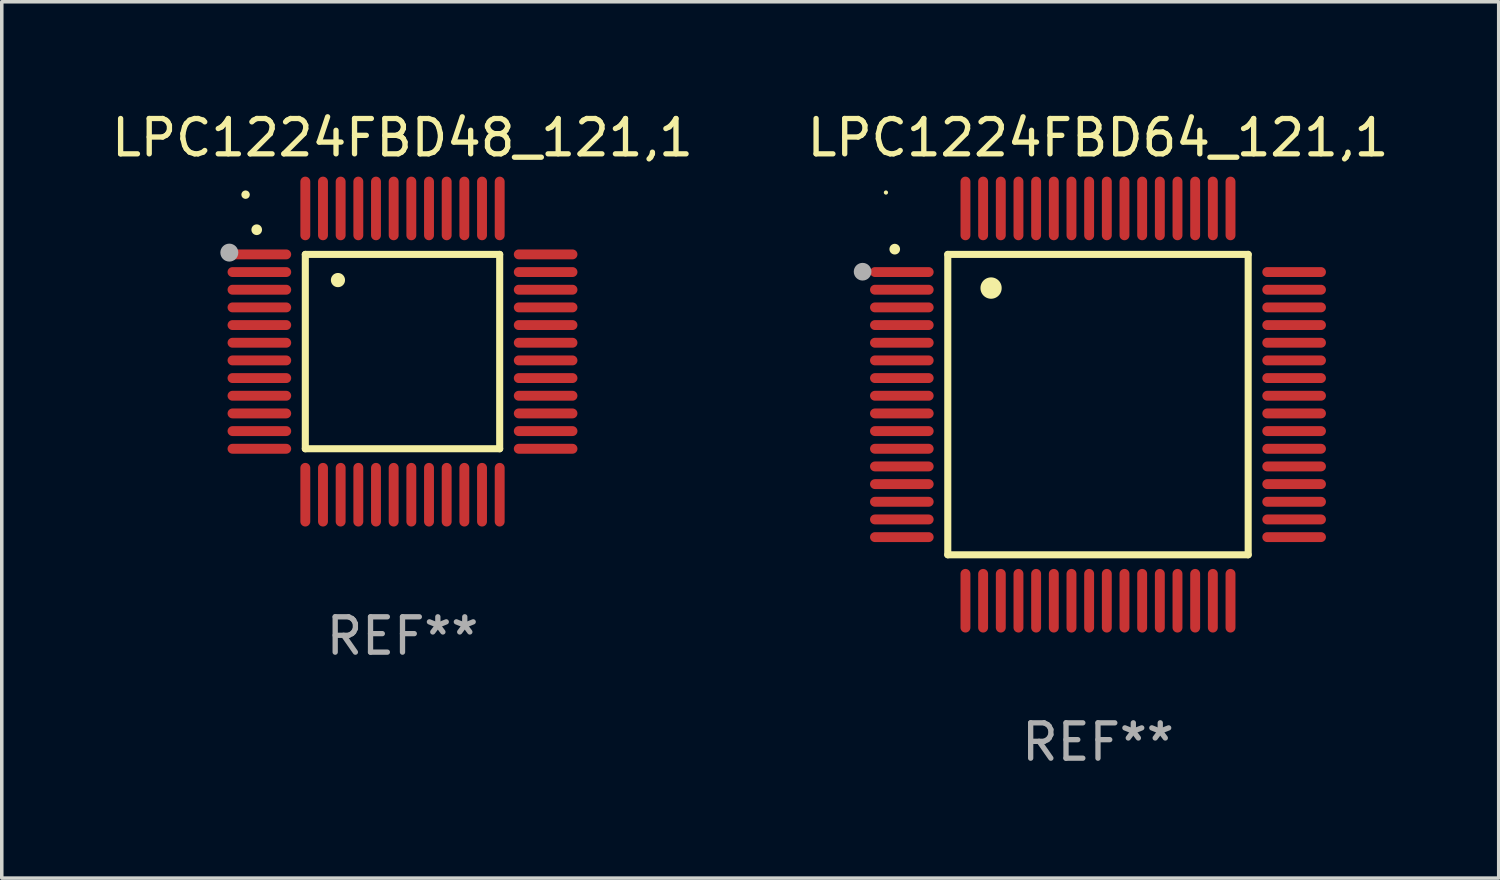
<source format=kicad_pcb>
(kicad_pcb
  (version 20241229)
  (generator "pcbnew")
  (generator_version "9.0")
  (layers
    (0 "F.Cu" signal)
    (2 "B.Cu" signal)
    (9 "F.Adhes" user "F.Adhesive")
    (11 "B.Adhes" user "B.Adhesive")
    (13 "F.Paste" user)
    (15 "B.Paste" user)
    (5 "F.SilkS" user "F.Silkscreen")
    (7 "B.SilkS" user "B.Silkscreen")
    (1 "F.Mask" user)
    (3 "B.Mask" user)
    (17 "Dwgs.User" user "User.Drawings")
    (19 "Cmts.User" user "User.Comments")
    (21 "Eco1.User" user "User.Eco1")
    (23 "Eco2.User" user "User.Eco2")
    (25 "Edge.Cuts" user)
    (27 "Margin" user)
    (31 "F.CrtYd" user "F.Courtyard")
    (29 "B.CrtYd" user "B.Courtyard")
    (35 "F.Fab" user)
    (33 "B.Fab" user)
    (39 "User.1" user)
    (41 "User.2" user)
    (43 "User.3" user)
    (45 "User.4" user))
  (footprint "LPC1224FBD64_121,1"
    (layer "F.Cu")
    (at 28.018 8.398)
    (property "Reference" "LPC1224FBD64_121,1" (at 0 -7.55 0) (layer "F.SilkS") (effects (font (size 1 1) (thickness 0.15))))
    (attr through_hole)
    (fp_line (start -4.25 -4.25) (end -4.25 4.25) (stroke (width 0.2) (type solid)) (layer "F.SilkS"))
    (fp_line (start -4.25 4.25) (end 4.25 4.25) (stroke (width 0.2) (type solid)) (layer "F.SilkS"))
    (fp_line (start 4.25 -4.25) (end -4.25 -4.25) (stroke (width 0.2) (type solid)) (layer "F.SilkS"))
    (fp_line (start 4.25 4.25) (end 4.25 -4.25) (stroke (width 0.2) (type solid)) (layer "F.SilkS"))
    (fp_arc (start -5.750572 -4.396749) (mid -5.750577 -4.398019) (end -5.750572 -4.399289) (stroke (width 0.3) (type solid)) (layer "F.SilkS"))
    (fp_arc (start -3.025146 -3.294387) (mid -3.025157 -3.296927) (end -3.025146 -3.299467) (stroke (width 0.6) (type solid)) (layer "F.SilkS"))
    (fp_circle (center -6 -6) (end -5.97 -6) (stroke (width 0.06) (type solid)) (fill no) (layer "F.SilkS"))
    (fp_circle (center -6.66 -3.76) (end -6.535 -3.76) (stroke (width 0.25) (type solid)) (fill no) (layer "F.Fab"))
    (fp_text user "REF**" (at 0 9.55 0) (layer "F.Fab") (effects (font (size 1 1) (thickness 0.15))))
    (pad "1" smd oval (at -5.55 -3.75) (size 1.8 0.28) (layers "F.Cu" "F.Mask" "F.Paste"))
    (pad "2" smd oval (at -5.55 -3.25) (size 1.8 0.28) (layers "F.Cu" "F.Mask" "F.Paste"))
    (pad "3" smd oval (at -5.55 -2.75) (size 1.8 0.28) (layers "F.Cu" "F.Mask" "F.Paste"))
    (pad "4" smd oval (at -5.55 -2.25) (size 1.8 0.28) (layers "F.Cu" "F.Mask" "F.Paste"))
    (pad "5" smd oval (at -5.55 -1.75) (size 1.8 0.28) (layers "F.Cu" "F.Mask" "F.Paste"))
    (pad "6" smd oval (at -5.55 -1.25) (size 1.8 0.28) (layers "F.Cu" "F.Mask" "F.Paste"))
    (pad "7" smd oval (at -5.55 -0.75) (size 1.8 0.28) (layers "F.Cu" "F.Mask" "F.Paste"))
    (pad "8" smd oval (at -5.55 -0.25) (size 1.8 0.28) (layers "F.Cu" "F.Mask" "F.Paste"))
    (pad "9" smd oval (at -5.55 0.25) (size 1.8 0.28) (layers "F.Cu" "F.Mask" "F.Paste"))
    (pad "10" smd oval (at -5.55 0.75) (size 1.8 0.28) (layers "F.Cu" "F.Mask" "F.Paste"))
    (pad "11" smd oval (at -5.55 1.25) (size 1.8 0.28) (layers "F.Cu" "F.Mask" "F.Paste"))
    (pad "12" smd oval (at -5.55 1.75) (size 1.8 0.28) (layers "F.Cu" "F.Mask" "F.Paste"))
    (pad "13" smd oval (at -5.55 2.25) (size 1.8 0.28) (layers "F.Cu" "F.Mask" "F.Paste"))
    (pad "14" smd oval (at -5.55 2.75) (size 1.8 0.28) (layers "F.Cu" "F.Mask" "F.Paste"))
    (pad "15" smd oval (at -5.55 3.25) (size 1.8 0.28) (layers "F.Cu" "F.Mask" "F.Paste"))
    (pad "16" smd oval (at -5.55 3.75) (size 1.8 0.28) (layers "F.Cu" "F.Mask" "F.Paste"))
    (pad "17" smd oval (at -3.75 5.55) (size 0.28 1.8) (layers "F.Cu" "F.Mask" "F.Paste"))
    (pad "18" smd oval (at -3.25 5.55) (size 0.28 1.8) (layers "F.Cu" "F.Mask" "F.Paste"))
    (pad "19" smd oval (at -2.75 5.55) (size 0.28 1.8) (layers "F.Cu" "F.Mask" "F.Paste"))
    (pad "20" smd oval (at -2.25 5.55) (size 0.28 1.8) (layers "F.Cu" "F.Mask" "F.Paste"))
    (pad "21" smd oval (at -1.75 5.55) (size 0.28 1.8) (layers "F.Cu" "F.Mask" "F.Paste"))
    (pad "22" smd oval (at -1.25 5.55) (size 0.28 1.8) (layers "F.Cu" "F.Mask" "F.Paste"))
    (pad "23" smd oval (at -0.75 5.55) (size 0.28 1.8) (layers "F.Cu" "F.Mask" "F.Paste"))
    (pad "24" smd oval (at -0.25 5.55) (size 0.28 1.8) (layers "F.Cu" "F.Mask" "F.Paste"))
    (pad "25" smd oval (at 0.25 5.55) (size 0.28 1.8) (layers "F.Cu" "F.Mask" "F.Paste"))
    (pad "26" smd oval (at 0.75 5.55) (size 0.28 1.8) (layers "F.Cu" "F.Mask" "F.Paste"))
    (pad "27" smd oval (at 1.25 5.55) (size 0.28 1.8) (layers "F.Cu" "F.Mask" "F.Paste"))
    (pad "28" smd oval (at 1.75 5.55) (size 0.28 1.8) (layers "F.Cu" "F.Mask" "F.Paste"))
    (pad "29" smd oval (at 2.25 5.55) (size 0.28 1.8) (layers "F.Cu" "F.Mask" "F.Paste"))
    (pad "30" smd oval (at 2.75 5.55) (size 0.28 1.8) (layers "F.Cu" "F.Mask" "F.Paste"))
    (pad "31" smd oval (at 3.25 5.55) (size 0.28 1.8) (layers "F.Cu" "F.Mask" "F.Paste"))
    (pad "32" smd oval (at 3.75 5.55) (size 0.28 1.8) (layers "F.Cu" "F.Mask" "F.Paste"))
    (pad "33" smd oval (at 5.55 3.75) (size 1.8 0.28) (layers "F.Cu" "F.Mask" "F.Paste"))
    (pad "34" smd oval (at 5.55 3.25) (size 1.8 0.28) (layers "F.Cu" "F.Mask" "F.Paste"))
    (pad "35" smd oval (at 5.55 2.75) (size 1.8 0.28) (layers "F.Cu" "F.Mask" "F.Paste"))
    (pad "36" smd oval (at 5.55 2.25) (size 1.8 0.28) (layers "F.Cu" "F.Mask" "F.Paste"))
    (pad "37" smd oval (at 5.55 1.75) (size 1.8 0.28) (layers "F.Cu" "F.Mask" "F.Paste"))
    (pad "38" smd oval (at 5.55 1.25) (size 1.8 0.28) (layers "F.Cu" "F.Mask" "F.Paste"))
    (pad "39" smd oval (at 5.55 0.75) (size 1.8 0.28) (layers "F.Cu" "F.Mask" "F.Paste"))
    (pad "40" smd oval (at 5.55 0.25) (size 1.8 0.28) (layers "F.Cu" "F.Mask" "F.Paste"))
    (pad "41" smd oval (at 5.55 -0.25) (size 1.8 0.28) (layers "F.Cu" "F.Mask" "F.Paste"))
    (pad "42" smd oval (at 5.55 -0.75) (size 1.8 0.28) (layers "F.Cu" "F.Mask" "F.Paste"))
    (pad "43" smd oval (at 5.55 -1.25) (size 1.8 0.28) (layers "F.Cu" "F.Mask" "F.Paste"))
    (pad "44" smd oval (at 5.55 -1.75) (size 1.8 0.28) (layers "F.Cu" "F.Mask" "F.Paste"))
    (pad "45" smd oval (at 5.55 -2.25) (size 1.8 0.28) (layers "F.Cu" "F.Mask" "F.Paste"))
    (pad "46" smd oval (at 5.55 -2.75) (size 1.8 0.28) (layers "F.Cu" "F.Mask" "F.Paste"))
    (pad "47" smd oval (at 5.55 -3.25) (size 1.8 0.28) (layers "F.Cu" "F.Mask" "F.Paste"))
    (pad "48" smd oval (at 5.55 -3.75) (size 1.8 0.28) (layers "F.Cu" "F.Mask" "F.Paste"))
    (pad "49" smd oval (at 3.75 -5.55) (size 0.28 1.8) (layers "F.Cu" "F.Mask" "F.Paste"))
    (pad "50" smd oval (at 3.25 -5.55) (size 0.28 1.8) (layers "F.Cu" "F.Mask" "F.Paste"))
    (pad "51" smd oval (at 2.75 -5.55) (size 0.28 1.8) (layers "F.Cu" "F.Mask" "F.Paste"))
    (pad "52" smd oval (at 2.25 -5.55) (size 0.28 1.8) (layers "F.Cu" "F.Mask" "F.Paste"))
    (pad "53" smd oval (at 1.75 -5.55) (size 0.28 1.8) (layers "F.Cu" "F.Mask" "F.Paste"))
    (pad "54" smd oval (at 1.25 -5.55) (size 0.28 1.8) (layers "F.Cu" "F.Mask" "F.Paste"))
    (pad "55" smd oval (at 0.75 -5.55) (size 0.28 1.8) (layers "F.Cu" "F.Mask" "F.Paste"))
    (pad "56" smd oval (at 0.25 -5.55) (size 0.28 1.8) (layers "F.Cu" "F.Mask" "F.Paste"))
    (pad "57" smd oval (at -0.25 -5.55) (size 0.28 1.8) (layers "F.Cu" "F.Mask" "F.Paste"))
    (pad "58" smd oval (at -0.75 -5.55) (size 0.28 1.8) (layers "F.Cu" "F.Mask" "F.Paste"))
    (pad "59" smd oval (at -1.25 -5.55) (size 0.28 1.8) (layers "F.Cu" "F.Mask" "F.Paste"))
    (pad "60" smd oval (at -1.75 -5.55) (size 0.28 1.8) (layers "F.Cu" "F.Mask" "F.Paste"))
    (pad "61" smd oval (at -2.25 -5.55) (size 0.28 1.8) (layers "F.Cu" "F.Mask" "F.Paste"))
    (pad "62" smd oval (at -2.75 -5.55) (size 0.28 1.8) (layers "F.Cu" "F.Mask" "F.Paste"))
    (pad "63" smd oval (at -3.25 -5.55) (size 0.28 1.8) (layers "F.Cu" "F.Mask" "F.Paste"))
    (pad "64" smd oval (at -3.75 -5.55) (size 0.28 1.8) (layers "F.Cu" "F.Mask" "F.Paste")))
  (footprint "LPC1224FBD48_121,1"
    (layer "F.Cu")
    (at 8.339 6.898)
    (property "Reference" "LPC1224FBD48_121,1" (at 0 -6.05 0) (layer "F.SilkS") (effects (font (size 1 1) (thickness 0.15))))
    (attr through_hole)
    (fp_line (start -2.75 -2.75) (end 2.75 -2.75) (stroke (width 0.2) (type solid)) (layer "F.SilkS"))
    (fp_line (start -2.75 2.75) (end -2.75 -2.75) (stroke (width 0.2) (type solid)) (layer "F.SilkS"))
    (fp_line (start 2.75 -2.75) (end 2.75 2.75) (stroke (width 0.2) (type solid)) (layer "F.SilkS"))
    (fp_line (start 2.75 2.75) (end -2.75 2.75) (stroke (width 0.2) (type solid)) (layer "F.SilkS"))
    (fp_arc (start -4.124968 -3.446787) (mid -4.124973 -3.448057) (end -4.124968 -3.449327) (stroke (width 0.3) (type solid)) (layer "F.SilkS"))
    (fp_arc (start -1.826264 -2.021844) (mid -1.826268 -2.023114) (end -1.826264 -2.024384) (stroke (width 0.4) (type solid)) (layer "F.SilkS"))
    (fp_circle (center -4.44 -4.44) (end -4.38 -4.44) (stroke (width 0.12) (type solid)) (fill no) (layer "F.SilkS"))
    (fp_circle (center -4.9 -2.8) (end -4.773 -2.8) (stroke (width 0.254) (type solid)) (fill no) (layer "F.Fab"))
    (fp_text user "REF**" (at 0 8.05 0) (layer "F.Fab") (effects (font (size 1 1) (thickness 0.15))))
    (pad "1" smd oval (at -4.05 -2.75 90) (size 0.28 1.8) (layers "F.Cu" "F.Mask" "F.Paste"))
    (pad "2" smd oval (at -4.05 -2.25 90) (size 0.28 1.8) (layers "F.Cu" "F.Mask" "F.Paste"))
    (pad "3" smd oval (at -4.05 -1.75 90) (size 0.28 1.8) (layers "F.Cu" "F.Mask" "F.Paste"))
    (pad "4" smd oval (at -4.05 -1.25 90) (size 0.28 1.8) (layers "F.Cu" "F.Mask" "F.Paste"))
    (pad "5" smd oval (at -4.05 -0.75 90) (size 0.28 1.8) (layers "F.Cu" "F.Mask" "F.Paste"))
    (pad "6" smd oval (at -4.05 -0.25 90) (size 0.28 1.8) (layers "F.Cu" "F.Mask" "F.Paste"))
    (pad "7" smd oval (at -4.05 0.25 90) (size 0.28 1.8) (layers "F.Cu" "F.Mask" "F.Paste"))
    (pad "8" smd oval (at -4.05 0.75 90) (size 0.28 1.8) (layers "F.Cu" "F.Mask" "F.Paste"))
    (pad "9" smd oval (at -4.05 1.25 90) (size 0.28 1.8) (layers "F.Cu" "F.Mask" "F.Paste"))
    (pad "10" smd oval (at -4.05 1.75 90) (size 0.28 1.8) (layers "F.Cu" "F.Mask" "F.Paste"))
    (pad "11" smd oval (at -4.05 2.25 90) (size 0.28 1.8) (layers "F.Cu" "F.Mask" "F.Paste"))
    (pad "12" smd oval (at -4.05 2.75 90) (size 0.28 1.8) (layers "F.Cu" "F.Mask" "F.Paste"))
    (pad "13" smd oval (at -2.75 4.05) (size 0.28 1.8) (layers "F.Cu" "F.Mask" "F.Paste"))
    (pad "14" smd oval (at -2.25 4.05) (size 0.28 1.8) (layers "F.Cu" "F.Mask" "F.Paste"))
    (pad "15" smd oval (at -1.75 4.05) (size 0.28 1.8) (layers "F.Cu" "F.Mask" "F.Paste"))
    (pad "16" smd oval (at -1.25 4.05) (size 0.28 1.8) (layers "F.Cu" "F.Mask" "F.Paste"))
    (pad "17" smd oval (at -0.75 4.05) (size 0.28 1.8) (layers "F.Cu" "F.Mask" "F.Paste"))
    (pad "18" smd oval (at -0.25 4.05) (size 0.28 1.8) (layers "F.Cu" "F.Mask" "F.Paste"))
    (pad "19" smd oval (at 0.25 4.05) (size 0.28 1.8) (layers "F.Cu" "F.Mask" "F.Paste"))
    (pad "20" smd oval (at 0.75 4.05) (size 0.28 1.8) (layers "F.Cu" "F.Mask" "F.Paste"))
    (pad "21" smd oval (at 1.25 4.05) (size 0.28 1.8) (layers "F.Cu" "F.Mask" "F.Paste"))
    (pad "22" smd oval (at 1.75 4.05) (size 0.28 1.8) (layers "F.Cu" "F.Mask" "F.Paste"))
    (pad "23" smd oval (at 2.25 4.05) (size 0.28 1.8) (layers "F.Cu" "F.Mask" "F.Paste"))
    (pad "24" smd oval (at 2.75 4.05) (size 0.28 1.8) (layers "F.Cu" "F.Mask" "F.Paste"))
    (pad "25" smd oval (at 4.05 2.75 90) (size 0.28 1.8) (layers "F.Cu" "F.Mask" "F.Paste"))
    (pad "26" smd oval (at 4.05 2.25 90) (size 0.28 1.8) (layers "F.Cu" "F.Mask" "F.Paste"))
    (pad "27" smd oval (at 4.05 1.75 90) (size 0.28 1.8) (layers "F.Cu" "F.Mask" "F.Paste"))
    (pad "28" smd oval (at 4.05 1.25 90) (size 0.28 1.8) (layers "F.Cu" "F.Mask" "F.Paste"))
    (pad "29" smd oval (at 4.05 0.75 90) (size 0.28 1.8) (layers "F.Cu" "F.Mask" "F.Paste"))
    (pad "30" smd oval (at 4.05 0.25 90) (size 0.28 1.8) (layers "F.Cu" "F.Mask" "F.Paste"))
    (pad "31" smd oval (at 4.05 -0.25 90) (size 0.28 1.8) (layers "F.Cu" "F.Mask" "F.Paste"))
    (pad "32" smd oval (at 4.05 -0.75 90) (size 0.28 1.8) (layers "F.Cu" "F.Mask" "F.Paste"))
    (pad "33" smd oval (at 4.05 -1.25 90) (size 0.28 1.8) (layers "F.Cu" "F.Mask" "F.Paste"))
    (pad "34" smd oval (at 4.05 -1.75 90) (size 0.28 1.8) (layers "F.Cu" "F.Mask" "F.Paste"))
    (pad "35" smd oval (at 4.05 -2.25 90) (size 0.28 1.8) (layers "F.Cu" "F.Mask" "F.Paste"))
    (pad "36" smd oval (at 4.05 -2.75 90) (size 0.28 1.8) (layers "F.Cu" "F.Mask" "F.Paste"))
    (pad "37" smd oval (at 2.75 -4.05) (size 0.28 1.8) (layers "F.Cu" "F.Mask" "F.Paste"))
    (pad "38" smd oval (at 2.25 -4.05) (size 0.28 1.8) (layers "F.Cu" "F.Mask" "F.Paste"))
    (pad "39" smd oval (at 1.75 -4.05) (size 0.28 1.8) (layers "F.Cu" "F.Mask" "F.Paste"))
    (pad "40" smd oval (at 1.25 -4.05) (size 0.28 1.8) (layers "F.Cu" "F.Mask" "F.Paste"))
    (pad "41" smd oval (at 0.75 -4.05) (size 0.28 1.8) (layers "F.Cu" "F.Mask" "F.Paste"))
    (pad "42" smd oval (at 0.25 -4.05) (size 0.28 1.8) (layers "F.Cu" "F.Mask" "F.Paste"))
    (pad "43" smd oval (at -0.25 -4.05) (size 0.28 1.8) (layers "F.Cu" "F.Mask" "F.Paste"))
    (pad "44" smd oval (at -0.75 -4.05) (size 0.28 1.8) (layers "F.Cu" "F.Mask" "F.Paste"))
    (pad "45" smd oval (at -1.25 -4.05) (size 0.28 1.8) (layers "F.Cu" "F.Mask" "F.Paste"))
    (pad "46" smd oval (at -1.75 -4.05) (size 0.28 1.8) (layers "F.Cu" "F.Mask" "F.Paste"))
    (pad "47" smd oval (at -2.25 -4.05) (size 0.28 1.8) (layers "F.Cu" "F.Mask" "F.Paste"))
    (pad "48" smd oval (at -2.75 -4.05) (size 0.28 1.8) (layers "F.Cu" "F.Mask" "F.Paste")))
  (gr_rect
    (start -3 -3)
    (end 39.357 21.796)
    (stroke (width 0.1) (type default))
    (fill no)
    (layer "Edge.Cuts")))
</source>
